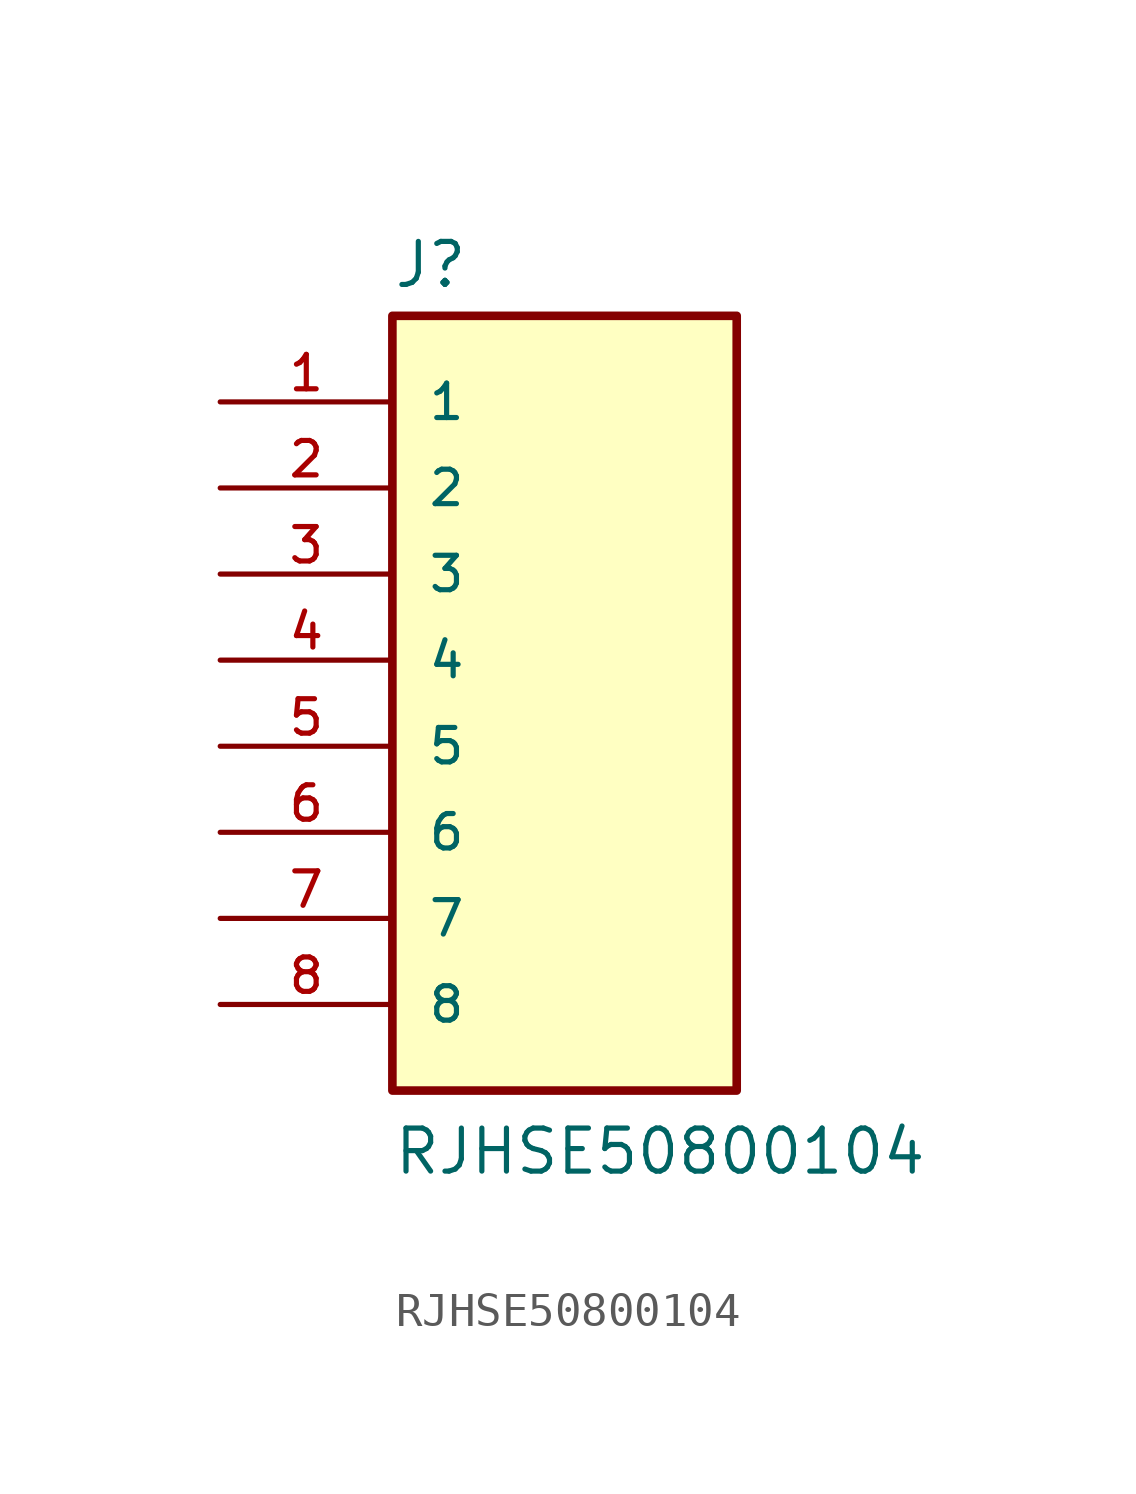
<source format=kicad_sym>
(kicad_symbol_lib
  (version 20211014)
  (generator kicad_symbol_editor)
  (symbol "RJHSE50800104"
    (pin_names
      (offset 1.016))
    (property "Reference" "J"
      (at -5.08 10.922 0)
      (effects (font (size 1.27 1.27)) (justify bottom left)))
    (property "Value" "RJHSE50800104"
      (at -5.08 -15.24 0)
      (effects (font (size 1.27 1.27)) (justify bottom left)))
    (symbol "RJHSE50800104_0_0"
      (rectangle (start -5.08 -12.7) (end 5.08 10.16) (stroke (width 0.254)) (fill (type background)))
      (pin passive line (at -10.16 7.62 0) (length 5.08) (name "1" (effects (font (size 1.016 1.016)))) (number "1" (effects (font (size 1.016 1.016)))))
      (pin passive line (at -10.16 5.08 0) (length 5.08) (name "2" (effects (font (size 1.016 1.016)))) (number "2" (effects (font (size 1.016 1.016)))))
      (pin passive line (at -10.16 2.54 0) (length 5.08) (name "3" (effects (font (size 1.016 1.016)))) (number "3" (effects (font (size 1.016 1.016)))))
      (pin passive line (at -10.16 0.0 0) (length 5.08) (name "4" (effects (font (size 1.016 1.016)))) (number "4" (effects (font (size 1.016 1.016)))))
      (pin passive line (at -10.16 -2.54 0) (length 5.08) (name "5" (effects (font (size 1.016 1.016)))) (number "5" (effects (font (size 1.016 1.016)))))
      (pin passive line (at -10.16 -5.08 0) (length 5.08) (name "6" (effects (font (size 1.016 1.016)))) (number "6" (effects (font (size 1.016 1.016)))))
      (pin passive line (at -10.16 -7.62 0) (length 5.08) (name "7" (effects (font (size 1.016 1.016)))) (number "7" (effects (font (size 1.016 1.016)))))
      (pin passive line (at -10.16 -10.16 0) (length 5.08) (name "8" (effects (font (size 1.016 1.016)))) (number "8" (effects (font (size 1.016 1.016))))))))
</source>
